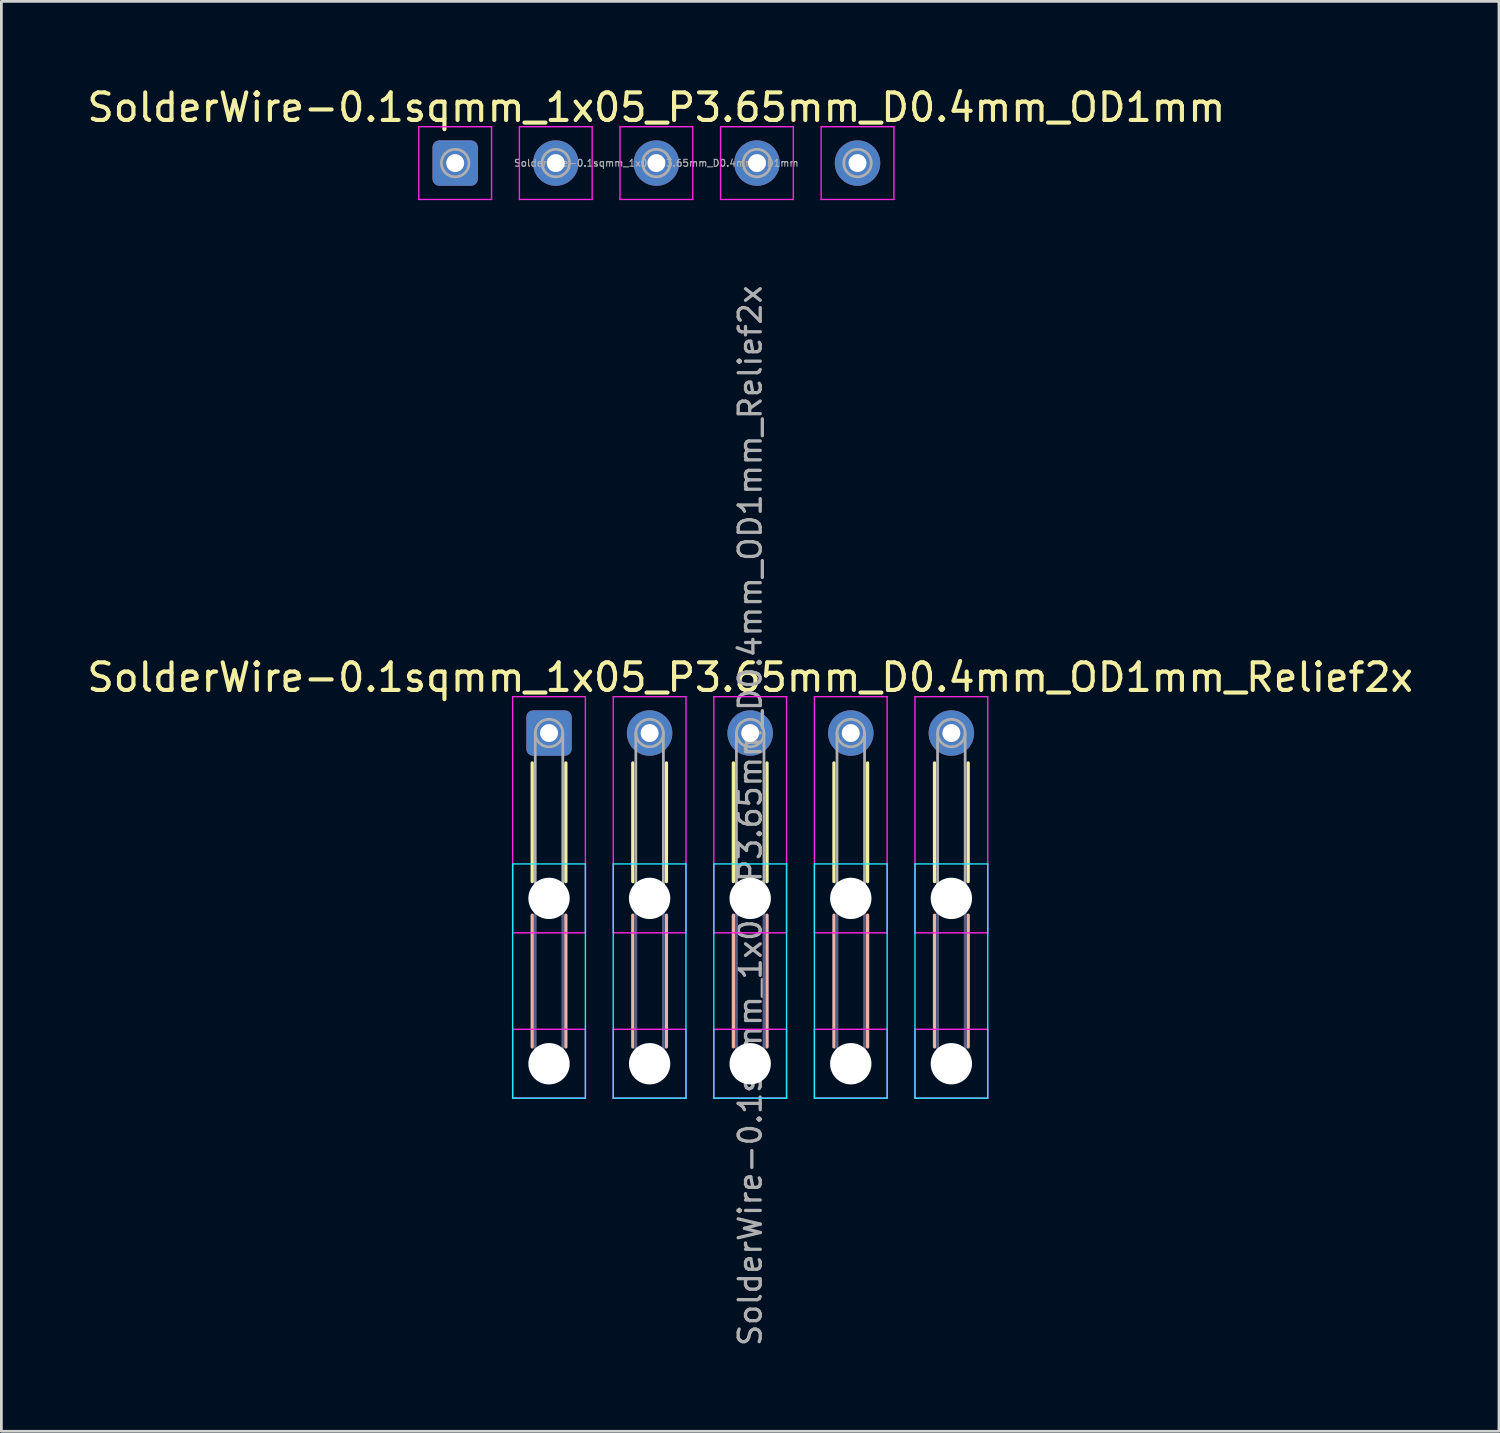
<source format=kicad_pcb>
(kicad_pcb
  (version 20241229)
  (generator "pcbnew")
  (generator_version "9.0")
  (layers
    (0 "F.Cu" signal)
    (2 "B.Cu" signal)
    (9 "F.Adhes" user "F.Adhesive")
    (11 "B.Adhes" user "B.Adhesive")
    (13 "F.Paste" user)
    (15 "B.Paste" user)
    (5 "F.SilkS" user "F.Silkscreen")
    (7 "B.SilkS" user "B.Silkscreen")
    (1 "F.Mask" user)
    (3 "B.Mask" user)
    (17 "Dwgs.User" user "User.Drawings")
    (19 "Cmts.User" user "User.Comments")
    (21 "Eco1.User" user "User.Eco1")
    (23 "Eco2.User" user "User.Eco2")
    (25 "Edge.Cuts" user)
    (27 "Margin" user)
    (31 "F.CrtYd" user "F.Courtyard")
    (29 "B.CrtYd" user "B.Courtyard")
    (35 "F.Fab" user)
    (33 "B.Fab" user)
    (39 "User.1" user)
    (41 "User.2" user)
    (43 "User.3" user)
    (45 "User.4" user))
  (footprint "SolderWire-0.1sqmm_1x05_P3.65mm_D0.4mm_OD1mm_Relief2x"
    (layer "F.Cu")
    (at 16.873 23.551)
    (property "Reference" "SolderWire-0.1sqmm_1x05_P3.65mm_D0.4mm_OD1mm_Relief2x" (at 7.3 -2.02 0) (layer "F.SilkS") (effects (font (size 1 1) (thickness 0.15))))
    (attr exclude_from_pos_files exclude_from_bom)
    (fp_line (start -0.61 1.085) (end -0.61 5.39) (stroke (width 0.12) (type solid)) (layer "F.SilkS"))
    (fp_line (start 0.61 1.085) (end 0.61 5.39) (stroke (width 0.12) (type solid)) (layer "F.SilkS"))
    (fp_line (start 3.04 1.085) (end 3.04 5.39) (stroke (width 0.12) (type solid)) (layer "F.SilkS"))
    (fp_line (start 4.26 1.085) (end 4.26 5.39) (stroke (width 0.12) (type solid)) (layer "F.SilkS"))
    (fp_line (start 6.69 1.085) (end 6.69 5.39) (stroke (width 0.12) (type solid)) (layer "F.SilkS"))
    (fp_line (start 7.91 1.085) (end 7.91 5.39) (stroke (width 0.12) (type solid)) (layer "F.SilkS"))
    (fp_line (start 10.34 1.085) (end 10.34 5.39) (stroke (width 0.12) (type solid)) (layer "F.SilkS"))
    (fp_line (start 11.56 1.085) (end 11.56 5.39) (stroke (width 0.12) (type solid)) (layer "F.SilkS"))
    (fp_line (start 13.99 1.085) (end 13.99 5.39) (stroke (width 0.12) (type solid)) (layer "F.SilkS"))
    (fp_line (start 15.21 1.085) (end 15.21 5.39) (stroke (width 0.12) (type solid)) (layer "F.SilkS"))
    (fp_line (start -0.61 6.61) (end -0.61 11.39) (stroke (width 0.12) (type solid)) (layer "B.SilkS"))
    (fp_line (start 0.61 6.61) (end 0.61 11.39) (stroke (width 0.12) (type solid)) (layer "B.SilkS"))
    (fp_line (start 3.04 6.61) (end 3.04 11.39) (stroke (width 0.12) (type solid)) (layer "B.SilkS"))
    (fp_line (start 4.26 6.61) (end 4.26 11.39) (stroke (width 0.12) (type solid)) (layer "B.SilkS"))
    (fp_line (start 6.69 6.61) (end 6.69 11.39) (stroke (width 0.12) (type solid)) (layer "B.SilkS"))
    (fp_line (start 7.91 6.61) (end 7.91 11.39) (stroke (width 0.12) (type solid)) (layer "B.SilkS"))
    (fp_line (start 10.34 6.61) (end 10.34 11.39) (stroke (width 0.12) (type solid)) (layer "B.SilkS"))
    (fp_line (start 11.56 6.61) (end 11.56 11.39) (stroke (width 0.12) (type solid)) (layer "B.SilkS"))
    (fp_line (start 13.99 6.61) (end 13.99 11.39) (stroke (width 0.12) (type solid)) (layer "B.SilkS"))
    (fp_line (start 15.21 6.61) (end 15.21 11.39) (stroke (width 0.12) (type solid)) (layer "B.SilkS"))
    (fp_line (start -1.32 4.75) (end -1.32 13.25) (stroke (width 0.05) (type solid)) (layer "B.CrtYd"))
    (fp_line (start -1.32 13.25) (end 1.32 13.25) (stroke (width 0.05) (type solid)) (layer "B.CrtYd"))
    (fp_line (start 1.32 4.75) (end -1.32 4.75) (stroke (width 0.05) (type solid)) (layer "B.CrtYd"))
    (fp_line (start 1.32 13.25) (end 1.32 4.75) (stroke (width 0.05) (type solid)) (layer "B.CrtYd"))
    (fp_line (start 2.33 4.75) (end 2.33 13.25) (stroke (width 0.05) (type solid)) (layer "B.CrtYd"))
    (fp_line (start 2.33 13.25) (end 4.97 13.25) (stroke (width 0.05) (type solid)) (layer "B.CrtYd"))
    (fp_line (start 4.97 4.75) (end 2.33 4.75) (stroke (width 0.05) (type solid)) (layer "B.CrtYd"))
    (fp_line (start 4.97 13.25) (end 4.97 4.75) (stroke (width 0.05) (type solid)) (layer "B.CrtYd"))
    (fp_line (start 5.98 4.75) (end 5.98 13.25) (stroke (width 0.05) (type solid)) (layer "B.CrtYd"))
    (fp_line (start 5.98 13.25) (end 8.62 13.25) (stroke (width 0.05) (type solid)) (layer "B.CrtYd"))
    (fp_line (start 8.62 4.75) (end 5.98 4.75) (stroke (width 0.05) (type solid)) (layer "B.CrtYd"))
    (fp_line (start 8.62 13.25) (end 8.62 4.75) (stroke (width 0.05) (type solid)) (layer "B.CrtYd"))
    (fp_line (start 9.63 4.75) (end 9.63 13.25) (stroke (width 0.05) (type solid)) (layer "B.CrtYd"))
    (fp_line (start 9.63 13.25) (end 12.27 13.25) (stroke (width 0.05) (type solid)) (layer "B.CrtYd"))
    (fp_line (start 12.27 4.75) (end 9.63 4.75) (stroke (width 0.05) (type solid)) (layer "B.CrtYd"))
    (fp_line (start 12.27 13.25) (end 12.27 4.75) (stroke (width 0.05) (type solid)) (layer "B.CrtYd"))
    (fp_line (start 13.28 4.75) (end 13.28 13.25) (stroke (width 0.05) (type solid)) (layer "B.CrtYd"))
    (fp_line (start 13.28 13.25) (end 15.92 13.25) (stroke (width 0.05) (type solid)) (layer "B.CrtYd"))
    (fp_line (start 15.92 4.75) (end 13.28 4.75) (stroke (width 0.05) (type solid)) (layer "B.CrtYd"))
    (fp_line (start 15.92 13.25) (end 15.92 4.75) (stroke (width 0.05) (type solid)) (layer "B.CrtYd"))
    (fp_line (start -1.32 -1.32) (end -1.32 7.25) (stroke (width 0.05) (type solid)) (layer "F.CrtYd"))
    (fp_line (start -1.32 7.25) (end 1.32 7.25) (stroke (width 0.05) (type solid)) (layer "F.CrtYd"))
    (fp_line (start -1.32 10.75) (end -1.32 13.25) (stroke (width 0.05) (type solid)) (layer "F.CrtYd"))
    (fp_line (start -1.32 13.25) (end 1.32 13.25) (stroke (width 0.05) (type solid)) (layer "F.CrtYd"))
    (fp_line (start 1.32 -1.32) (end -1.32 -1.32) (stroke (width 0.05) (type solid)) (layer "F.CrtYd"))
    (fp_line (start 1.32 7.25) (end 1.32 -1.32) (stroke (width 0.05) (type solid)) (layer "F.CrtYd"))
    (fp_line (start 1.32 10.75) (end -1.32 10.75) (stroke (width 0.05) (type solid)) (layer "F.CrtYd"))
    (fp_line (start 1.32 13.25) (end 1.32 10.75) (stroke (width 0.05) (type solid)) (layer "F.CrtYd"))
    (fp_line (start 2.33 -1.32) (end 2.33 7.25) (stroke (width 0.05) (type solid)) (layer "F.CrtYd"))
    (fp_line (start 2.33 7.25) (end 4.97 7.25) (stroke (width 0.05) (type solid)) (layer "F.CrtYd"))
    (fp_line (start 2.33 10.75) (end 2.33 13.25) (stroke (width 0.05) (type solid)) (layer "F.CrtYd"))
    (fp_line (start 2.33 13.25) (end 4.97 13.25) (stroke (width 0.05) (type solid)) (layer "F.CrtYd"))
    (fp_line (start 4.97 -1.32) (end 2.33 -1.32) (stroke (width 0.05) (type solid)) (layer "F.CrtYd"))
    (fp_line (start 4.97 7.25) (end 4.97 -1.32) (stroke (width 0.05) (type solid)) (layer "F.CrtYd"))
    (fp_line (start 4.97 10.75) (end 2.33 10.75) (stroke (width 0.05) (type solid)) (layer "F.CrtYd"))
    (fp_line (start 4.97 13.25) (end 4.97 10.75) (stroke (width 0.05) (type solid)) (layer "F.CrtYd"))
    (fp_line (start 5.98 -1.32) (end 5.98 7.25) (stroke (width 0.05) (type solid)) (layer "F.CrtYd"))
    (fp_line (start 5.98 7.25) (end 8.62 7.25) (stroke (width 0.05) (type solid)) (layer "F.CrtYd"))
    (fp_line (start 5.98 10.75) (end 5.98 13.25) (stroke (width 0.05) (type solid)) (layer "F.CrtYd"))
    (fp_line (start 5.98 13.25) (end 8.62 13.25) (stroke (width 0.05) (type solid)) (layer "F.CrtYd"))
    (fp_line (start 8.62 -1.32) (end 5.98 -1.32) (stroke (width 0.05) (type solid)) (layer "F.CrtYd"))
    (fp_line (start 8.62 7.25) (end 8.62 -1.32) (stroke (width 0.05) (type solid)) (layer "F.CrtYd"))
    (fp_line (start 8.62 10.75) (end 5.98 10.75) (stroke (width 0.05) (type solid)) (layer "F.CrtYd"))
    (fp_line (start 8.62 13.25) (end 8.62 10.75) (stroke (width 0.05) (type solid)) (layer "F.CrtYd"))
    (fp_line (start 9.63 -1.32) (end 9.63 7.25) (stroke (width 0.05) (type solid)) (layer "F.CrtYd"))
    (fp_line (start 9.63 7.25) (end 12.27 7.25) (stroke (width 0.05) (type solid)) (layer "F.CrtYd"))
    (fp_line (start 9.63 10.75) (end 9.63 13.25) (stroke (width 0.05) (type solid)) (layer "F.CrtYd"))
    (fp_line (start 9.63 13.25) (end 12.27 13.25) (stroke (width 0.05) (type solid)) (layer "F.CrtYd"))
    (fp_line (start 12.27 -1.32) (end 9.63 -1.32) (stroke (width 0.05) (type solid)) (layer "F.CrtYd"))
    (fp_line (start 12.27 7.25) (end 12.27 -1.32) (stroke (width 0.05) (type solid)) (layer "F.CrtYd"))
    (fp_line (start 12.27 10.75) (end 9.63 10.75) (stroke (width 0.05) (type solid)) (layer "F.CrtYd"))
    (fp_line (start 12.27 13.25) (end 12.27 10.75) (stroke (width 0.05) (type solid)) (layer "F.CrtYd"))
    (fp_line (start 13.28 -1.32) (end 13.28 7.25) (stroke (width 0.05) (type solid)) (layer "F.CrtYd"))
    (fp_line (start 13.28 7.25) (end 15.92 7.25) (stroke (width 0.05) (type solid)) (layer "F.CrtYd"))
    (fp_line (start 13.28 10.75) (end 13.28 13.25) (stroke (width 0.05) (type solid)) (layer "F.CrtYd"))
    (fp_line (start 13.28 13.25) (end 15.92 13.25) (stroke (width 0.05) (type solid)) (layer "F.CrtYd"))
    (fp_line (start 15.92 -1.32) (end 13.28 -1.32) (stroke (width 0.05) (type solid)) (layer "F.CrtYd"))
    (fp_line (start 15.92 7.25) (end 15.92 -1.32) (stroke (width 0.05) (type solid)) (layer "F.CrtYd"))
    (fp_line (start 15.92 10.75) (end 13.28 10.75) (stroke (width 0.05) (type solid)) (layer "F.CrtYd"))
    (fp_line (start 15.92 13.25) (end 15.92 10.75) (stroke (width 0.05) (type solid)) (layer "F.CrtYd"))
    (fp_line (start -0.5 6) (end -0.5 12) (stroke (width 0.1) (type solid)) (layer "B.Fab"))
    (fp_line (start 0.5 6) (end 0.5 12) (stroke (width 0.1) (type solid)) (layer "B.Fab"))
    (fp_line (start 3.15 6) (end 3.15 12) (stroke (width 0.1) (type solid)) (layer "B.Fab"))
    (fp_line (start 4.15 6) (end 4.15 12) (stroke (width 0.1) (type solid)) (layer "B.Fab"))
    (fp_line (start 6.8 6) (end 6.8 12) (stroke (width 0.1) (type solid)) (layer "B.Fab"))
    (fp_line (start 7.8 6) (end 7.8 12) (stroke (width 0.1) (type solid)) (layer "B.Fab"))
    (fp_line (start 10.45 6) (end 10.45 12) (stroke (width 0.1) (type solid)) (layer "B.Fab"))
    (fp_line (start 11.45 6) (end 11.45 12) (stroke (width 0.1) (type solid)) (layer "B.Fab"))
    (fp_line (start 14.1 6) (end 14.1 12) (stroke (width 0.1) (type solid)) (layer "B.Fab"))
    (fp_line (start 15.1 6) (end 15.1 12) (stroke (width 0.1) (type solid)) (layer "B.Fab"))
    (fp_circle (center 0 6) (end 0.5 6) (stroke (width 0.1) (type solid)) (fill no) (layer "B.Fab"))
    (fp_circle (center 0 12) (end 0.5 12) (stroke (width 0.1) (type solid)) (fill no) (layer "B.Fab"))
    (fp_circle (center 3.65 6) (end 4.15 6) (stroke (width 0.1) (type solid)) (fill no) (layer "B.Fab"))
    (fp_circle (center 3.65 12) (end 4.15 12) (stroke (width 0.1) (type solid)) (fill no) (layer "B.Fab"))
    (fp_circle (center 7.3 6) (end 7.8 6) (stroke (width 0.1) (type solid)) (fill no) (layer "B.Fab"))
    (fp_circle (center 7.3 12) (end 7.8 12) (stroke (width 0.1) (type solid)) (fill no) (layer "B.Fab"))
    (fp_circle (center 10.95 6) (end 11.45 6) (stroke (width 0.1) (type solid)) (fill no) (layer "B.Fab"))
    (fp_circle (center 10.95 12) (end 11.45 12) (stroke (width 0.1) (type solid)) (fill no) (layer "B.Fab"))
    (fp_circle (center 14.6 6) (end 15.1 6) (stroke (width 0.1) (type solid)) (fill no) (layer "B.Fab"))
    (fp_circle (center 14.6 12) (end 15.1 12) (stroke (width 0.1) (type solid)) (fill no) (layer "B.Fab"))
    (fp_line (start -0.5 0) (end -0.5 6) (stroke (width 0.1) (type solid)) (layer "F.Fab"))
    (fp_line (start 0.5 0) (end 0.5 6) (stroke (width 0.1) (type solid)) (layer "F.Fab"))
    (fp_line (start 3.15 0) (end 3.15 6) (stroke (width 0.1) (type solid)) (layer "F.Fab"))
    (fp_line (start 4.15 0) (end 4.15 6) (stroke (width 0.1) (type solid)) (layer "F.Fab"))
    (fp_line (start 6.8 0) (end 6.8 6) (stroke (width 0.1) (type solid)) (layer "F.Fab"))
    (fp_line (start 7.8 0) (end 7.8 6) (stroke (width 0.1) (type solid)) (layer "F.Fab"))
    (fp_line (start 10.45 0) (end 10.45 6) (stroke (width 0.1) (type solid)) (layer "F.Fab"))
    (fp_line (start 11.45 0) (end 11.45 6) (stroke (width 0.1) (type solid)) (layer "F.Fab"))
    (fp_line (start 14.1 0) (end 14.1 6) (stroke (width 0.1) (type solid)) (layer "F.Fab"))
    (fp_line (start 15.1 0) (end 15.1 6) (stroke (width 0.1) (type solid)) (layer "F.Fab"))
    (fp_circle (center 0 0) (end 0.5 0) (stroke (width 0.1) (type solid)) (fill no) (layer "F.Fab"))
    (fp_circle (center 0 6) (end 0.5 6) (stroke (width 0.1) (type solid)) (fill no) (layer "F.Fab"))
    (fp_circle (center 0 12) (end 0.5 12) (stroke (width 0.1) (type solid)) (fill no) (layer "F.Fab"))
    (fp_circle (center 3.65 0) (end 4.15 0) (stroke (width 0.1) (type solid)) (fill no) (layer "F.Fab"))
    (fp_circle (center 3.65 6) (end 4.15 6) (stroke (width 0.1) (type solid)) (fill no) (layer "F.Fab"))
    (fp_circle (center 3.65 12) (end 4.15 12) (stroke (width 0.1) (type solid)) (fill no) (layer "F.Fab"))
    (fp_circle (center 7.3 0) (end 7.8 0) (stroke (width 0.1) (type solid)) (fill no) (layer "F.Fab"))
    (fp_circle (center 7.3 6) (end 7.8 6) (stroke (width 0.1) (type solid)) (fill no) (layer "F.Fab"))
    (fp_circle (center 7.3 12) (end 7.8 12) (stroke (width 0.1) (type solid)) (fill no) (layer "F.Fab"))
    (fp_circle (center 10.95 0) (end 11.45 0) (stroke (width 0.1) (type solid)) (fill no) (layer "F.Fab"))
    (fp_circle (center 10.95 6) (end 11.45 6) (stroke (width 0.1) (type solid)) (fill no) (layer "F.Fab"))
    (fp_circle (center 10.95 12) (end 11.45 12) (stroke (width 0.1) (type solid)) (fill no) (layer "F.Fab"))
    (fp_circle (center 14.6 0) (end 15.1 0) (stroke (width 0.1) (type solid)) (fill no) (layer "F.Fab"))
    (fp_circle (center 14.6 6) (end 15.1 6) (stroke (width 0.1) (type solid)) (fill no) (layer "F.Fab"))
    (fp_circle (center 14.6 12) (end 15.1 12) (stroke (width 0.1) (type solid)) (fill no) (layer "F.Fab"))
    (fp_text user "${REFERENCE}" (at 7.3 3 90) (layer "F.Fab") (effects (font (size 0.8 0.8) (thickness 0.12))))
    (pad "" np_thru_hole circle (at 0 6) (size 1.5 1.5) (drill 1.5) (layers "*.Cu" "*.Mask"))
    (pad "" np_thru_hole circle (at 0 12) (size 1.5 1.5) (drill 1.5) (layers "*.Cu" "*.Mask"))
    (pad "" np_thru_hole circle (at 3.65 6) (size 1.5 1.5) (drill 1.5) (layers "*.Cu" "*.Mask"))
    (pad "" np_thru_hole circle (at 3.65 12) (size 1.5 1.5) (drill 1.5) (layers "*.Cu" "*.Mask"))
    (pad "" np_thru_hole circle (at 7.3 6) (size 1.5 1.5) (drill 1.5) (layers "*.Cu" "*.Mask"))
    (pad "" np_thru_hole circle (at 7.3 12) (size 1.5 1.5) (drill 1.5) (layers "*.Cu" "*.Mask"))
    (pad "" np_thru_hole circle (at 10.95 6) (size 1.5 1.5) (drill 1.5) (layers "*.Cu" "*.Mask"))
    (pad "" np_thru_hole circle (at 10.95 12) (size 1.5 1.5) (drill 1.5) (layers "*.Cu" "*.Mask"))
    (pad "" np_thru_hole circle (at 14.6 6) (size 1.5 1.5) (drill 1.5) (layers "*.Cu" "*.Mask"))
    (pad "" np_thru_hole circle (at 14.6 12) (size 1.5 1.5) (drill 1.5) (layers "*.Cu" "*.Mask"))
    (pad "1" thru_hole roundrect (at 0 0) (size 1.65 1.65) (drill 0.65) (layers "*.Cu" "*.Mask") (roundrect_rratio 0.152))
    (pad "2" thru_hole circle (at 3.65 0) (size 1.65 1.65) (drill 0.65) (layers "*.Cu" "*.Mask"))
    (pad "3" thru_hole circle (at 7.3 0) (size 1.65 1.65) (drill 0.65) (layers "*.Cu" "*.Mask"))
    (pad "4" thru_hole circle (at 10.95 0) (size 1.65 1.65) (drill 0.65) (layers "*.Cu" "*.Mask"))
    (pad "5" thru_hole circle (at 14.6 0) (size 1.65 1.65) (drill 0.65) (layers "*.Cu" "*.Mask")))
  (footprint "SolderWire-0.1sqmm_1x05_P3.65mm_D0.4mm_OD1mm"
    (layer "F.Cu")
    (at 13.468 2.868)
    (property "Reference" "SolderWire-0.1sqmm_1x05_P3.65mm_D0.4mm_OD1mm" (at 7.3 -2.02 0) (layer "F.SilkS") (effects (font (size 1 1) (thickness 0.15))))
    (attr exclude_from_pos_files exclude_from_bom)
    (fp_line (start -1.32 -1.32) (end -1.32 1.32) (stroke (width 0.05) (type solid)) (layer "F.CrtYd"))
    (fp_line (start -1.32 1.32) (end 1.32 1.32) (stroke (width 0.05) (type solid)) (layer "F.CrtYd"))
    (fp_line (start 1.32 -1.32) (end -1.32 -1.32) (stroke (width 0.05) (type solid)) (layer "F.CrtYd"))
    (fp_line (start 1.32 1.32) (end 1.32 -1.32) (stroke (width 0.05) (type solid)) (layer "F.CrtYd"))
    (fp_line (start 2.33 -1.32) (end 2.33 1.32) (stroke (width 0.05) (type solid)) (layer "F.CrtYd"))
    (fp_line (start 2.33 1.32) (end 4.97 1.32) (stroke (width 0.05) (type solid)) (layer "F.CrtYd"))
    (fp_line (start 4.97 -1.32) (end 2.33 -1.32) (stroke (width 0.05) (type solid)) (layer "F.CrtYd"))
    (fp_line (start 4.97 1.32) (end 4.97 -1.32) (stroke (width 0.05) (type solid)) (layer "F.CrtYd"))
    (fp_line (start 5.98 -1.32) (end 5.98 1.32) (stroke (width 0.05) (type solid)) (layer "F.CrtYd"))
    (fp_line (start 5.98 1.32) (end 8.62 1.32) (stroke (width 0.05) (type solid)) (layer "F.CrtYd"))
    (fp_line (start 8.62 -1.32) (end 5.98 -1.32) (stroke (width 0.05) (type solid)) (layer "F.CrtYd"))
    (fp_line (start 8.62 1.32) (end 8.62 -1.32) (stroke (width 0.05) (type solid)) (layer "F.CrtYd"))
    (fp_line (start 9.63 -1.32) (end 9.63 1.32) (stroke (width 0.05) (type solid)) (layer "F.CrtYd"))
    (fp_line (start 9.63 1.32) (end 12.27 1.32) (stroke (width 0.05) (type solid)) (layer "F.CrtYd"))
    (fp_line (start 12.27 -1.32) (end 9.63 -1.32) (stroke (width 0.05) (type solid)) (layer "F.CrtYd"))
    (fp_line (start 12.27 1.32) (end 12.27 -1.32) (stroke (width 0.05) (type solid)) (layer "F.CrtYd"))
    (fp_line (start 13.28 -1.32) (end 13.28 1.32) (stroke (width 0.05) (type solid)) (layer "F.CrtYd"))
    (fp_line (start 13.28 1.32) (end 15.92 1.32) (stroke (width 0.05) (type solid)) (layer "F.CrtYd"))
    (fp_line (start 15.92 -1.32) (end 13.28 -1.32) (stroke (width 0.05) (type solid)) (layer "F.CrtYd"))
    (fp_line (start 15.92 1.32) (end 15.92 -1.32) (stroke (width 0.05) (type solid)) (layer "F.CrtYd"))
    (fp_circle (center 0 0) (end 0.5 0) (stroke (width 0.1) (type solid)) (fill no) (layer "F.Fab"))
    (fp_circle (center 3.65 0) (end 4.15 0) (stroke (width 0.1) (type solid)) (fill no) (layer "F.Fab"))
    (fp_circle (center 7.3 0) (end 7.8 0) (stroke (width 0.1) (type solid)) (fill no) (layer "F.Fab"))
    (fp_circle (center 10.95 0) (end 11.45 0) (stroke (width 0.1) (type solid)) (fill no) (layer "F.Fab"))
    (fp_circle (center 14.6 0) (end 15.1 0) (stroke (width 0.1) (type solid)) (fill no) (layer "F.Fab"))
    (fp_text user "${REFERENCE}" (at 7.3 0 0) (layer "F.Fab") (effects (font (size 0.25 0.25) (thickness 0.04))))
    (pad "1" thru_hole roundrect (at 0 0) (size 1.65 1.65) (drill 0.65) (layers "*.Cu" "*.Mask") (roundrect_rratio 0.152))
    (pad "2" thru_hole circle (at 3.65 0) (size 1.65 1.65) (drill 0.65) (layers "*.Cu" "*.Mask"))
    (pad "3" thru_hole circle (at 7.3 0) (size 1.65 1.65) (drill 0.65) (layers "*.Cu" "*.Mask"))
    (pad "4" thru_hole circle (at 10.95 0) (size 1.65 1.65) (drill 0.65) (layers "*.Cu" "*.Mask"))
    (pad "5" thru_hole circle (at 14.6 0) (size 1.65 1.65) (drill 0.65) (layers "*.Cu" "*.Mask")))
  (gr_rect
    (start -3 -3)
    (end 51.345 48.889)
    (stroke (width 0.1) (type default))
    (fill no)
    (layer "Edge.Cuts")))
</source>
